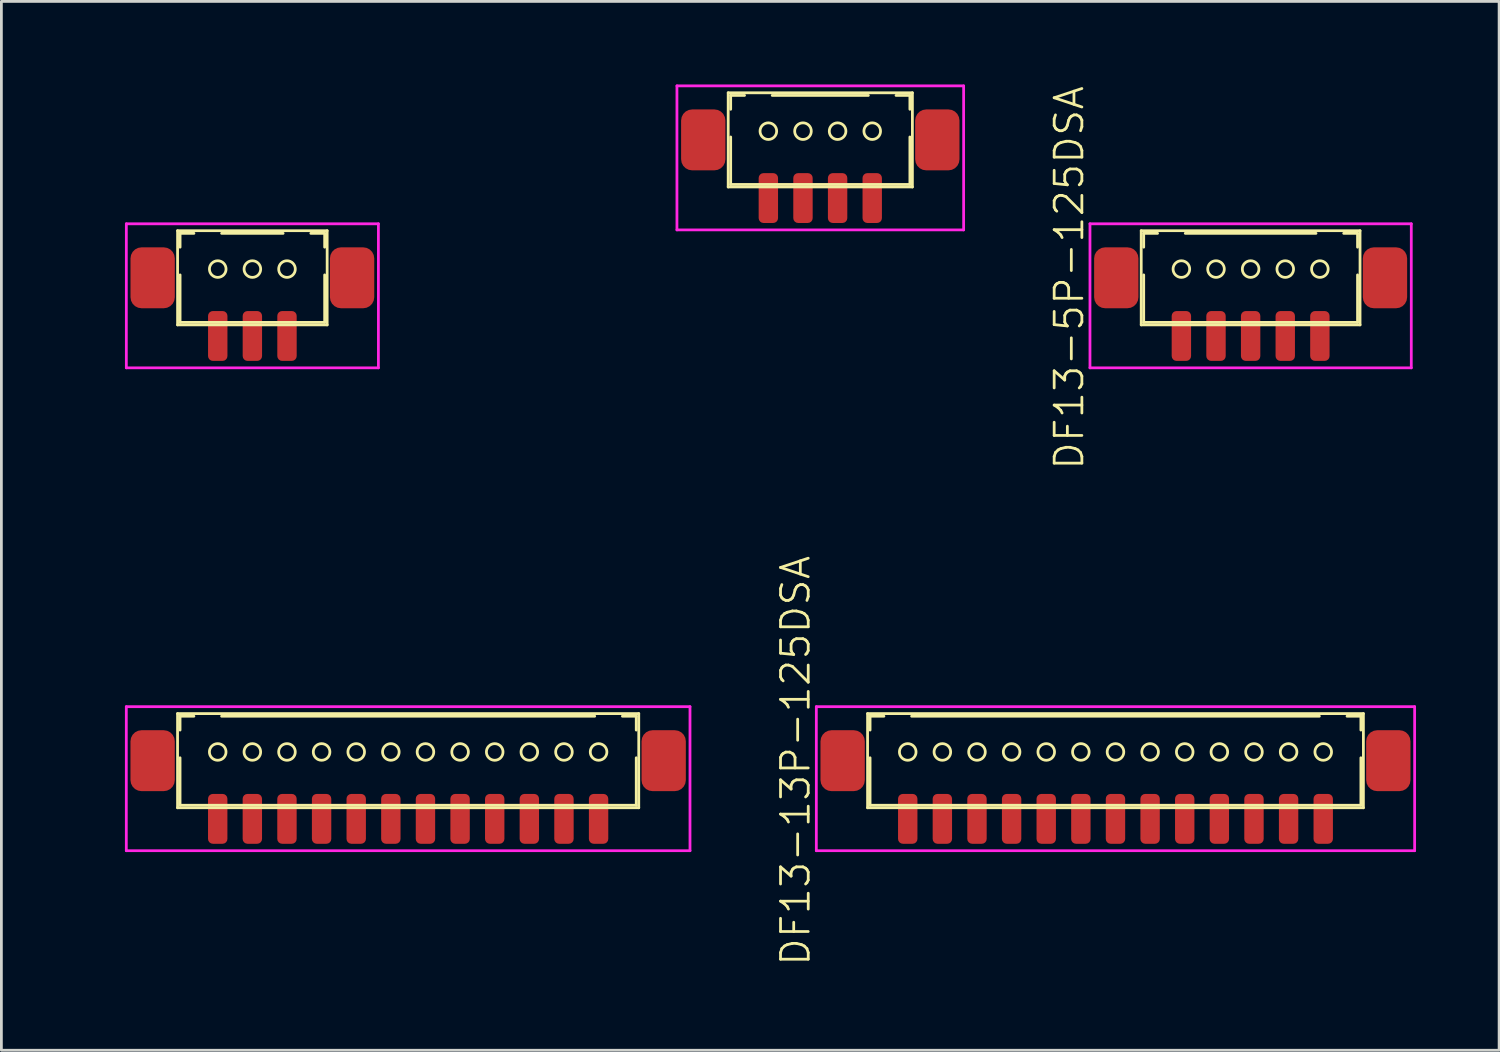
<source format=kicad_pcb>
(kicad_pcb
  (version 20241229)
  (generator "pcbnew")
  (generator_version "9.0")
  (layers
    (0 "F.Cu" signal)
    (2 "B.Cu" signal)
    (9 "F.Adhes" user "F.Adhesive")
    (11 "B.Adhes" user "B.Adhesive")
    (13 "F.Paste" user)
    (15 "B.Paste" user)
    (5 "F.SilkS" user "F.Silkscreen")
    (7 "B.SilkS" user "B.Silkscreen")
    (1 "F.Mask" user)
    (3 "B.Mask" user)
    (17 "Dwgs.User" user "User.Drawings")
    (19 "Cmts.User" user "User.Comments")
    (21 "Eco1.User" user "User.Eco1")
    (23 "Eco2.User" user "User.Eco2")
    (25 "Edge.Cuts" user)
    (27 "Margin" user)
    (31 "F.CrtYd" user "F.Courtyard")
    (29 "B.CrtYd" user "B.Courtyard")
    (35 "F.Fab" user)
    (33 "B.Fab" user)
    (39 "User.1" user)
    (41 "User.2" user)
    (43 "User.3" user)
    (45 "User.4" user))
  (footprint "DF13-3P-125DSA"
    (layer "F.Cu")
    (at 6.061 9.079)
    (property "Reference" "DF13-3P-125DSA" (at -5.3 -2.1 90) (layer "User.1") (effects (font (size 1 1) (thickness 0.1))))
    (attr through_hole)
    (fp_line (start -2.7 -3.8) (end -2.7 -0.4) (stroke (width 0.1) (type solid)) (layer "F.SilkS"))
    (fp_line (start -2.7 -3.8) (end 2.7 -3.8) (stroke (width 0.1) (type solid)) (layer "F.SilkS"))
    (fp_line (start -2.7 -0.4) (end 2.7 -0.4) (stroke (width 0.1) (type solid)) (layer "F.SilkS"))
    (fp_line (start -2.61 -3.705) (end -2.61 -3.205) (stroke (width 0.1) (type solid)) (layer "F.SilkS"))
    (fp_line (start -2.61 -3.705) (end -2.11 -3.705) (stroke (width 0.1) (type solid)) (layer "F.SilkS"))
    (fp_line (start -2.61 -2.205) (end -2.61 -0.49) (stroke (width 0.1) (type solid)) (layer "F.SilkS"))
    (fp_line (start -2.61 -0.49) (end 2.61 -0.49) (stroke (width 0.1) (type solid)) (layer "F.SilkS"))
    (fp_line (start -1.11 -3.705) (end 1.11 -3.705) (stroke (width 0.1) (type solid)) (layer "F.SilkS"))
    (fp_line (start 2.11 -3.705) (end 2.61 -3.705) (stroke (width 0.1) (type solid)) (layer "F.SilkS"))
    (fp_line (start 2.61 -3.705) (end 2.61 -3.205) (stroke (width 0.1) (type solid)) (layer "F.SilkS"))
    (fp_line (start 2.61 -2.205) (end 2.61 -0.49) (stroke (width 0.1) (type solid)) (layer "F.SilkS"))
    (fp_line (start 2.7 -3.8) (end 2.7 -0.4) (stroke (width 0.1) (type solid)) (layer "F.SilkS"))
    (fp_circle (center -1.25 -2.415) (end -0.95 -2.415) (stroke (width 0.1) (type solid)) (fill no) (layer "F.SilkS"))
    (fp_circle (center 0 -2.415) (end 0.3 -2.415) (stroke (width 0.1) (type solid)) (fill no) (layer "F.SilkS"))
    (fp_circle (center 1.25 -2.415) (end 1.55 -2.415) (stroke (width 0.1) (type solid)) (fill no) (layer "F.SilkS"))
    (fp_line (start -4.55 -4.05) (end -4.55 1.15) (stroke (width 0.1) (type solid)) (layer "F.CrtYd"))
    (fp_line (start -4.55 1.15) (end 4.55 1.15) (stroke (width 0.1) (type solid)) (layer "F.CrtYd"))
    (fp_line (start 4.55 -4.05) (end -4.55 -4.05) (stroke (width 0.1) (type solid)) (layer "F.CrtYd"))
    (fp_line (start 4.55 1.15) (end 4.55 -4.05) (stroke (width 0.1) (type solid)) (layer "F.CrtYd"))
    (pad "1" smd roundrect (at -1.25 0) (size 0.7 1.8) (layers "F.Cu" "F.Mask" "F.Paste") (roundrect_rratio 0.25))
    (pad "2" smd roundrect (at 0 0) (size 0.7 1.8) (layers "F.Cu" "F.Mask" "F.Paste") (roundrect_rratio 0.25))
    (pad "3" smd roundrect (at 1.25 0) (size 0.7 1.8) (layers "F.Cu" "F.Mask" "F.Paste") (roundrect_rratio 0.25))
    (pad "S" smd roundrect (at -3.6 -2.1) (size 1.6 2.2) (layers "F.Cu" "F.Mask" "F.Paste") (roundrect_rratio 0.25))
    (pad "S" smd roundrect (at 3.6 -2.1) (size 1.6 2.2) (layers "F.Cu" "F.Mask" "F.Paste") (roundrect_rratio 0.25)))
  (footprint "DF13-13P-125DSA"
    (layer "F.Cu")
    (at 37.221 26.512)
    (property "Reference" "DF13-13P-125DSA" (at -11.55 -2.1 90) (layer "F.SilkS") (effects (font (size 1 1) (thickness 0.1))))
    (attr through_hole)
    (fp_line (start -8.95 -3.8) (end -8.95 -0.4) (stroke (width 0.1) (type solid)) (layer "F.SilkS"))
    (fp_line (start -8.95 -3.8) (end 8.95 -3.8) (stroke (width 0.1) (type solid)) (layer "F.SilkS"))
    (fp_line (start -8.95 -0.4) (end 8.95 -0.4) (stroke (width 0.1) (type solid)) (layer "F.SilkS"))
    (fp_line (start -8.86 -3.705) (end -8.86 -3.205) (stroke (width 0.1) (type solid)) (layer "F.SilkS"))
    (fp_line (start -8.86 -3.705) (end -8.36 -3.705) (stroke (width 0.1) (type solid)) (layer "F.SilkS"))
    (fp_line (start -8.86 -2.205) (end -8.86 -0.49) (stroke (width 0.1) (type solid)) (layer "F.SilkS"))
    (fp_line (start -8.86 -0.49) (end 8.86 -0.49) (stroke (width 0.1) (type solid)) (layer "F.SilkS"))
    (fp_line (start -7.36 -3.705) (end 7.36 -3.705) (stroke (width 0.1) (type solid)) (layer "F.SilkS"))
    (fp_line (start 8.36 -3.705) (end 8.86 -3.705) (stroke (width 0.1) (type solid)) (layer "F.SilkS"))
    (fp_line (start 8.86 -3.705) (end 8.86 -3.205) (stroke (width 0.1) (type solid)) (layer "F.SilkS"))
    (fp_line (start 8.86 -2.205) (end 8.86 -0.49) (stroke (width 0.1) (type solid)) (layer "F.SilkS"))
    (fp_line (start 8.95 -3.8) (end 8.95 -0.4) (stroke (width 0.1) (type solid)) (layer "F.SilkS"))
    (fp_circle (center -7.5 -2.415) (end -7.2 -2.415) (stroke (width 0.1) (type solid)) (fill no) (layer "F.SilkS"))
    (fp_circle (center -6.25 -2.415) (end -5.95 -2.415) (stroke (width 0.1) (type solid)) (fill no) (layer "F.SilkS"))
    (fp_circle (center -5 -2.415) (end -4.7 -2.415) (stroke (width 0.1) (type solid)) (fill no) (layer "F.SilkS"))
    (fp_circle (center -3.75 -2.415) (end -3.45 -2.415) (stroke (width 0.1) (type solid)) (fill no) (layer "F.SilkS"))
    (fp_circle (center -2.5 -2.415) (end -2.2 -2.415) (stroke (width 0.1) (type solid)) (fill no) (layer "F.SilkS"))
    (fp_circle (center -1.25 -2.415) (end -0.95 -2.415) (stroke (width 0.1) (type solid)) (fill no) (layer "F.SilkS"))
    (fp_circle (center 0 -2.415) (end 0.3 -2.415) (stroke (width 0.1) (type solid)) (fill no) (layer "F.SilkS"))
    (fp_circle (center 1.25 -2.415) (end 1.55 -2.415) (stroke (width 0.1) (type solid)) (fill no) (layer "F.SilkS"))
    (fp_circle (center 2.5 -2.415) (end 2.8 -2.415) (stroke (width 0.1) (type solid)) (fill no) (layer "F.SilkS"))
    (fp_circle (center 3.75 -2.415) (end 4.05 -2.415) (stroke (width 0.1) (type solid)) (fill no) (layer "F.SilkS"))
    (fp_circle (center 5 -2.415) (end 5.3 -2.415) (stroke (width 0.1) (type solid)) (fill no) (layer "F.SilkS"))
    (fp_circle (center 6.25 -2.415) (end 6.55 -2.415) (stroke (width 0.1) (type solid)) (fill no) (layer "F.SilkS"))
    (fp_circle (center 7.5 -2.415) (end 7.8 -2.415) (stroke (width 0.1) (type solid)) (fill no) (layer "F.SilkS"))
    (fp_line (start -10.8 -4.05) (end -10.8 1.15) (stroke (width 0.1) (type solid)) (layer "F.CrtYd"))
    (fp_line (start -10.8 1.15) (end 10.8 1.15) (stroke (width 0.1) (type solid)) (layer "F.CrtYd"))
    (fp_line (start 10.8 -4.05) (end -10.8 -4.05) (stroke (width 0.1) (type solid)) (layer "F.CrtYd"))
    (fp_line (start 10.8 1.15) (end 10.8 -4.05) (stroke (width 0.1) (type solid)) (layer "F.CrtYd"))
    (pad "1" smd roundrect (at -7.5 0) (size 0.7 1.8) (layers "F.Cu" "F.Mask" "F.Paste") (roundrect_rratio 0.25))
    (pad "2" smd roundrect (at -6.25 0) (size 0.7 1.8) (layers "F.Cu" "F.Mask" "F.Paste") (roundrect_rratio 0.25))
    (pad "3" smd roundrect (at -5 0) (size 0.7 1.8) (layers "F.Cu" "F.Mask" "F.Paste") (roundrect_rratio 0.25))
    (pad "4" smd roundrect (at -3.75 0) (size 0.7 1.8) (layers "F.Cu" "F.Mask" "F.Paste") (roundrect_rratio 0.25))
    (pad "5" smd roundrect (at -2.5 0) (size 0.7 1.8) (layers "F.Cu" "F.Mask" "F.Paste") (roundrect_rratio 0.25))
    (pad "6" smd roundrect (at -1.25 0) (size 0.7 1.8) (layers "F.Cu" "F.Mask" "F.Paste") (roundrect_rratio 0.25))
    (pad "7" smd roundrect (at 0 0) (size 0.7 1.8) (layers "F.Cu" "F.Mask" "F.Paste") (roundrect_rratio 0.25))
    (pad "8" smd roundrect (at 1.25 0) (size 0.7 1.8) (layers "F.Cu" "F.Mask" "F.Paste") (roundrect_rratio 0.25))
    (pad "9" smd roundrect (at 2.5 0) (size 0.7 1.8) (layers "F.Cu" "F.Mask" "F.Paste") (roundrect_rratio 0.25))
    (pad "10" smd roundrect (at 3.75 0) (size 0.7 1.8) (layers "F.Cu" "F.Mask" "F.Paste") (roundrect_rratio 0.25))
    (pad "11" smd roundrect (at 5 0) (size 0.7 1.8) (layers "F.Cu" "F.Mask" "F.Paste") (roundrect_rratio 0.25))
    (pad "12" smd roundrect (at 6.25 0) (size 0.7 1.8) (layers "F.Cu" "F.Mask" "F.Paste") (roundrect_rratio 0.25))
    (pad "13" smd roundrect (at 7.5 0) (size 0.7 1.8) (layers "F.Cu" "F.Mask" "F.Paste") (roundrect_rratio 0.25))
    (pad "S" smd roundrect (at -9.85 -2.1) (size 1.6 2.2) (layers "F.Cu" "F.Mask" "F.Paste") (roundrect_rratio 0.25))
    (pad "S" smd roundrect (at 9.85 -2.1) (size 1.6 2.2) (layers "F.Cu" "F.Mask" "F.Paste") (roundrect_rratio 0.25)))
  (footprint "DF13-5P-125DSA"
    (layer "F.Cu")
    (at 42.1 9.079)
    (property "Reference" "DF13-5P-125DSA" (at -6.55 -2.1 90) (layer "F.SilkS") (effects (font (size 1 1) (thickness 0.1))))
    (attr through_hole)
    (fp_line (start -3.95 -3.8) (end -3.95 -0.4) (stroke (width 0.1) (type solid)) (layer "F.SilkS"))
    (fp_line (start -3.95 -3.8) (end 3.95 -3.8) (stroke (width 0.1) (type solid)) (layer "F.SilkS"))
    (fp_line (start -3.95 -0.4) (end 3.95 -0.4) (stroke (width 0.1) (type solid)) (layer "F.SilkS"))
    (fp_line (start -3.86 -3.705) (end -3.86 -3.205) (stroke (width 0.1) (type solid)) (layer "F.SilkS"))
    (fp_line (start -3.86 -3.705) (end -3.36 -3.705) (stroke (width 0.1) (type solid)) (layer "F.SilkS"))
    (fp_line (start -3.86 -2.205) (end -3.86 -0.49) (stroke (width 0.1) (type solid)) (layer "F.SilkS"))
    (fp_line (start -3.86 -0.49) (end 3.86 -0.49) (stroke (width 0.1) (type solid)) (layer "F.SilkS"))
    (fp_line (start -2.36 -3.705) (end 2.36 -3.705) (stroke (width 0.1) (type solid)) (layer "F.SilkS"))
    (fp_line (start 3.36 -3.705) (end 3.86 -3.705) (stroke (width 0.1) (type solid)) (layer "F.SilkS"))
    (fp_line (start 3.86 -3.705) (end 3.86 -3.205) (stroke (width 0.1) (type solid)) (layer "F.SilkS"))
    (fp_line (start 3.86 -2.205) (end 3.86 -0.49) (stroke (width 0.1) (type solid)) (layer "F.SilkS"))
    (fp_line (start 3.95 -3.8) (end 3.95 -0.4) (stroke (width 0.1) (type solid)) (layer "F.SilkS"))
    (fp_circle (center -2.5 -2.415) (end -2.2 -2.415) (stroke (width 0.1) (type solid)) (fill no) (layer "F.SilkS"))
    (fp_circle (center -1.25 -2.415) (end -0.95 -2.415) (stroke (width 0.1) (type solid)) (fill no) (layer "F.SilkS"))
    (fp_circle (center 0 -2.415) (end 0.3 -2.415) (stroke (width 0.1) (type solid)) (fill no) (layer "F.SilkS"))
    (fp_circle (center 1.25 -2.415) (end 1.55 -2.415) (stroke (width 0.1) (type solid)) (fill no) (layer "F.SilkS"))
    (fp_circle (center 2.5 -2.415) (end 2.8 -2.415) (stroke (width 0.1) (type solid)) (fill no) (layer "F.SilkS"))
    (fp_line (start -5.8 -4.05) (end -5.8 1.15) (stroke (width 0.1) (type solid)) (layer "F.CrtYd"))
    (fp_line (start -5.8 1.15) (end 5.8 1.15) (stroke (width 0.1) (type solid)) (layer "F.CrtYd"))
    (fp_line (start 5.8 -4.05) (end -5.8 -4.05) (stroke (width 0.1) (type solid)) (layer "F.CrtYd"))
    (fp_line (start 5.8 1.15) (end 5.8 -4.05) (stroke (width 0.1) (type solid)) (layer "F.CrtYd"))
    (pad "1" smd roundrect (at -2.5 0) (size 0.7 1.8) (layers "F.Cu" "F.Mask" "F.Paste") (roundrect_rratio 0.25))
    (pad "2" smd roundrect (at -1.25 0) (size 0.7 1.8) (layers "F.Cu" "F.Mask" "F.Paste") (roundrect_rratio 0.25))
    (pad "3" smd roundrect (at 0 0) (size 0.7 1.8) (layers "F.Cu" "F.Mask" "F.Paste") (roundrect_rratio 0.25))
    (pad "4" smd roundrect (at 1.25 0) (size 0.7 1.8) (layers "F.Cu" "F.Mask" "F.Paste") (roundrect_rratio 0.25))
    (pad "5" smd roundrect (at 2.5 0) (size 0.7 1.8) (layers "F.Cu" "F.Mask" "F.Paste") (roundrect_rratio 0.25))
    (pad "S" smd roundrect (at -4.85 -2.1) (size 1.6 2.2) (layers "F.Cu" "F.Mask" "F.Paste") (roundrect_rratio 0.25))
    (pad "S" smd roundrect (at 4.85 -2.1) (size 1.6 2.2) (layers "F.Cu" "F.Mask" "F.Paste") (roundrect_rratio 0.25)))
  (footprint "DF13-4P-125DSA"
    (layer "F.Cu")
    (at 26.564 4.1)
    (property "Reference" "DF13-4P-125DSA" (at -5.925 -2.1 0) (layer "User.1") (effects (font (size 1 1) (thickness 0.1))))
    (attr through_hole)
    (fp_line (start -3.325 -3.8) (end -3.325 -0.4) (stroke (width 0.1) (type solid)) (layer "F.SilkS"))
    (fp_line (start -3.325 -3.8) (end 3.325 -3.8) (stroke (width 0.1) (type solid)) (layer "F.SilkS"))
    (fp_line (start -3.325 -0.4) (end 3.325 -0.4) (stroke (width 0.1) (type solid)) (layer "F.SilkS"))
    (fp_line (start -3.235 -3.705) (end -3.235 -3.205) (stroke (width 0.1) (type solid)) (layer "F.SilkS"))
    (fp_line (start -3.235 -3.705) (end -2.735 -3.705) (stroke (width 0.1) (type solid)) (layer "F.SilkS"))
    (fp_line (start -3.235 -2.205) (end -3.235 -0.49) (stroke (width 0.1) (type solid)) (layer "F.SilkS"))
    (fp_line (start -3.235 -0.49) (end 3.235 -0.49) (stroke (width 0.1) (type solid)) (layer "F.SilkS"))
    (fp_line (start -1.735 -3.705) (end 1.735 -3.705) (stroke (width 0.1) (type solid)) (layer "F.SilkS"))
    (fp_line (start 2.735 -3.705) (end 3.235 -3.705) (stroke (width 0.1) (type solid)) (layer "F.SilkS"))
    (fp_line (start 3.235 -3.705) (end 3.235 -3.205) (stroke (width 0.1) (type solid)) (layer "F.SilkS"))
    (fp_line (start 3.235 -2.205) (end 3.235 -0.49) (stroke (width 0.1) (type solid)) (layer "F.SilkS"))
    (fp_line (start 3.325 -3.8) (end 3.325 -0.4) (stroke (width 0.1) (type solid)) (layer "F.SilkS"))
    (fp_circle (center -1.875 -2.415) (end -1.575 -2.415) (stroke (width 0.1) (type solid)) (fill no) (layer "F.SilkS"))
    (fp_circle (center -0.625 -2.415) (end -0.325 -2.415) (stroke (width 0.1) (type solid)) (fill no) (layer "F.SilkS"))
    (fp_circle (center 0.625 -2.415) (end 0.925 -2.415) (stroke (width 0.1) (type solid)) (fill no) (layer "F.SilkS"))
    (fp_circle (center 1.875 -2.415) (end 2.175 -2.415) (stroke (width 0.1) (type solid)) (fill no) (layer "F.SilkS"))
    (fp_line (start -5.175 -4.05) (end -5.175 1.15) (stroke (width 0.1) (type solid)) (layer "F.CrtYd"))
    (fp_line (start -5.175 1.15) (end 5.175 1.15) (stroke (width 0.1) (type solid)) (layer "F.CrtYd"))
    (fp_line (start 5.175 -4.05) (end -5.175 -4.05) (stroke (width 0.1) (type solid)) (layer "F.CrtYd"))
    (fp_line (start 5.175 1.15) (end 5.175 -4.05) (stroke (width 0.1) (type solid)) (layer "F.CrtYd"))
    (pad "1" smd roundrect (at -1.875 0) (size 0.7 1.8) (layers "F.Cu" "F.Mask" "F.Paste") (roundrect_rratio 0.25))
    (pad "2" smd roundrect (at -0.625 0) (size 0.7 1.8) (layers "F.Cu" "F.Mask" "F.Paste") (roundrect_rratio 0.25))
    (pad "3" smd roundrect (at 0.625 0) (size 0.7 1.8) (layers "F.Cu" "F.Mask" "F.Paste") (roundrect_rratio 0.25))
    (pad "4" smd roundrect (at 1.875 0) (size 0.7 1.8) (layers "F.Cu" "F.Mask" "F.Paste") (roundrect_rratio 0.25))
    (pad "S" smd roundrect (at -4.225 -2.1) (size 1.6 2.2) (layers "F.Cu" "F.Mask" "F.Paste") (roundrect_rratio 0.25))
    (pad "S" smd roundrect (at 4.225 -2.1) (size 1.6 2.2) (layers "F.Cu" "F.Mask" "F.Paste") (roundrect_rratio 0.25)))
  (footprint "DF13-12P-125DSA"
    (layer "F.Cu")
    (at 11.685 26.512)
    (property "Reference" "DF13-12P-125DSA" (at -10.925 -2.1 90) (layer "User.1") (effects (font (size 1 1) (thickness 0.1))))
    (attr through_hole)
    (fp_line (start -8.325 -3.8) (end -8.325 -0.4) (stroke (width 0.1) (type solid)) (layer "F.SilkS"))
    (fp_line (start -8.325 -3.8) (end 8.325 -3.8) (stroke (width 0.1) (type solid)) (layer "F.SilkS"))
    (fp_line (start -8.325 -0.4) (end 8.325 -0.4) (stroke (width 0.1) (type solid)) (layer "F.SilkS"))
    (fp_line (start -8.235 -3.705) (end -8.235 -3.205) (stroke (width 0.1) (type solid)) (layer "F.SilkS"))
    (fp_line (start -8.235 -3.705) (end -7.735 -3.705) (stroke (width 0.1) (type solid)) (layer "F.SilkS"))
    (fp_line (start -8.235 -2.205) (end -8.235 -0.49) (stroke (width 0.1) (type solid)) (layer "F.SilkS"))
    (fp_line (start -8.235 -0.49) (end 8.235 -0.49) (stroke (width 0.1) (type solid)) (layer "F.SilkS"))
    (fp_line (start -6.735 -3.705) (end 6.735 -3.705) (stroke (width 0.1) (type solid)) (layer "F.SilkS"))
    (fp_line (start 7.735 -3.705) (end 8.235 -3.705) (stroke (width 0.1) (type solid)) (layer "F.SilkS"))
    (fp_line (start 8.235 -3.705) (end 8.235 -3.205) (stroke (width 0.1) (type solid)) (layer "F.SilkS"))
    (fp_line (start 8.235 -2.205) (end 8.235 -0.49) (stroke (width 0.1) (type solid)) (layer "F.SilkS"))
    (fp_line (start 8.325 -3.8) (end 8.325 -0.4) (stroke (width 0.1) (type solid)) (layer "F.SilkS"))
    (fp_circle (center -6.875 -2.415) (end -6.575 -2.415) (stroke (width 0.1) (type solid)) (fill no) (layer "F.SilkS"))
    (fp_circle (center -5.625 -2.415) (end -5.325 -2.415) (stroke (width 0.1) (type solid)) (fill no) (layer "F.SilkS"))
    (fp_circle (center -4.375 -2.415) (end -4.075 -2.415) (stroke (width 0.1) (type solid)) (fill no) (layer "F.SilkS"))
    (fp_circle (center -3.125 -2.415) (end -2.825 -2.415) (stroke (width 0.1) (type solid)) (fill no) (layer "F.SilkS"))
    (fp_circle (center -1.875 -2.415) (end -1.575 -2.415) (stroke (width 0.1) (type solid)) (fill no) (layer "F.SilkS"))
    (fp_circle (center -0.625 -2.415) (end -0.325 -2.415) (stroke (width 0.1) (type solid)) (fill no) (layer "F.SilkS"))
    (fp_circle (center 0.625 -2.415) (end 0.925 -2.415) (stroke (width 0.1) (type solid)) (fill no) (layer "F.SilkS"))
    (fp_circle (center 1.875 -2.415) (end 2.175 -2.415) (stroke (width 0.1) (type solid)) (fill no) (layer "F.SilkS"))
    (fp_circle (center 3.125 -2.415) (end 3.425 -2.415) (stroke (width 0.1) (type solid)) (fill no) (layer "F.SilkS"))
    (fp_circle (center 4.375 -2.415) (end 4.675 -2.415) (stroke (width 0.1) (type solid)) (fill no) (layer "F.SilkS"))
    (fp_circle (center 5.625 -2.415) (end 5.925 -2.415) (stroke (width 0.1) (type solid)) (fill no) (layer "F.SilkS"))
    (fp_circle (center 6.875 -2.415) (end 7.175 -2.415) (stroke (width 0.1) (type solid)) (fill no) (layer "F.SilkS"))
    (fp_line (start -10.175 -4.05) (end -10.175 1.15) (stroke (width 0.1) (type solid)) (layer "F.CrtYd"))
    (fp_line (start -10.175 1.15) (end 10.175 1.15) (stroke (width 0.1) (type solid)) (layer "F.CrtYd"))
    (fp_line (start 10.175 -4.05) (end -10.175 -4.05) (stroke (width 0.1) (type solid)) (layer "F.CrtYd"))
    (fp_line (start 10.175 1.15) (end 10.175 -4.05) (stroke (width 0.1) (type solid)) (layer "F.CrtYd"))
    (pad "1" smd roundrect (at -6.875 0) (size 0.7 1.8) (layers "F.Cu" "F.Mask" "F.Paste") (roundrect_rratio 0.25))
    (pad "2" smd roundrect (at -5.625 0) (size 0.7 1.8) (layers "F.Cu" "F.Mask" "F.Paste") (roundrect_rratio 0.25))
    (pad "3" smd roundrect (at -4.375 0) (size 0.7 1.8) (layers "F.Cu" "F.Mask" "F.Paste") (roundrect_rratio 0.25))
    (pad "4" smd roundrect (at -3.125 0) (size 0.7 1.8) (layers "F.Cu" "F.Mask" "F.Paste") (roundrect_rratio 0.25))
    (pad "5" smd roundrect (at -1.875 0) (size 0.7 1.8) (layers "F.Cu" "F.Mask" "F.Paste") (roundrect_rratio 0.25))
    (pad "6" smd roundrect (at -0.625 0) (size 0.7 1.8) (layers "F.Cu" "F.Mask" "F.Paste") (roundrect_rratio 0.25))
    (pad "7" smd roundrect (at 0.625 0) (size 0.7 1.8) (layers "F.Cu" "F.Mask" "F.Paste") (roundrect_rratio 0.25))
    (pad "8" smd roundrect (at 1.875 0) (size 0.7 1.8) (layers "F.Cu" "F.Mask" "F.Paste") (roundrect_rratio 0.25))
    (pad "9" smd roundrect (at 3.125 0) (size 0.7 1.8) (layers "F.Cu" "F.Mask" "F.Paste") (roundrect_rratio 0.25))
    (pad "10" smd roundrect (at 4.375 0) (size 0.7 1.8) (layers "F.Cu" "F.Mask" "F.Paste") (roundrect_rratio 0.25))
    (pad "11" smd roundrect (at 5.625 0) (size 0.7 1.8) (layers "F.Cu" "F.Mask" "F.Paste") (roundrect_rratio 0.25))
    (pad "12" smd roundrect (at 6.875 0) (size 0.7 1.8) (layers "F.Cu" "F.Mask" "F.Paste") (roundrect_rratio 0.25))
    (pad "S" smd roundrect (at -9.225 -2.1) (size 1.6 2.2) (layers "F.Cu" "F.Mask" "F.Paste") (roundrect_rratio 0.25))
    (pad "S" smd roundrect (at 9.225 -2.1) (size 1.6 2.2) (layers "F.Cu" "F.Mask" "F.Paste") (roundrect_rratio 0.25)))
  (gr_rect
    (start -3 -3)
    (end 51.071 34.867)
    (stroke (width 0.1) (type default))
    (fill no)
    (layer "Edge.Cuts")))
</source>
